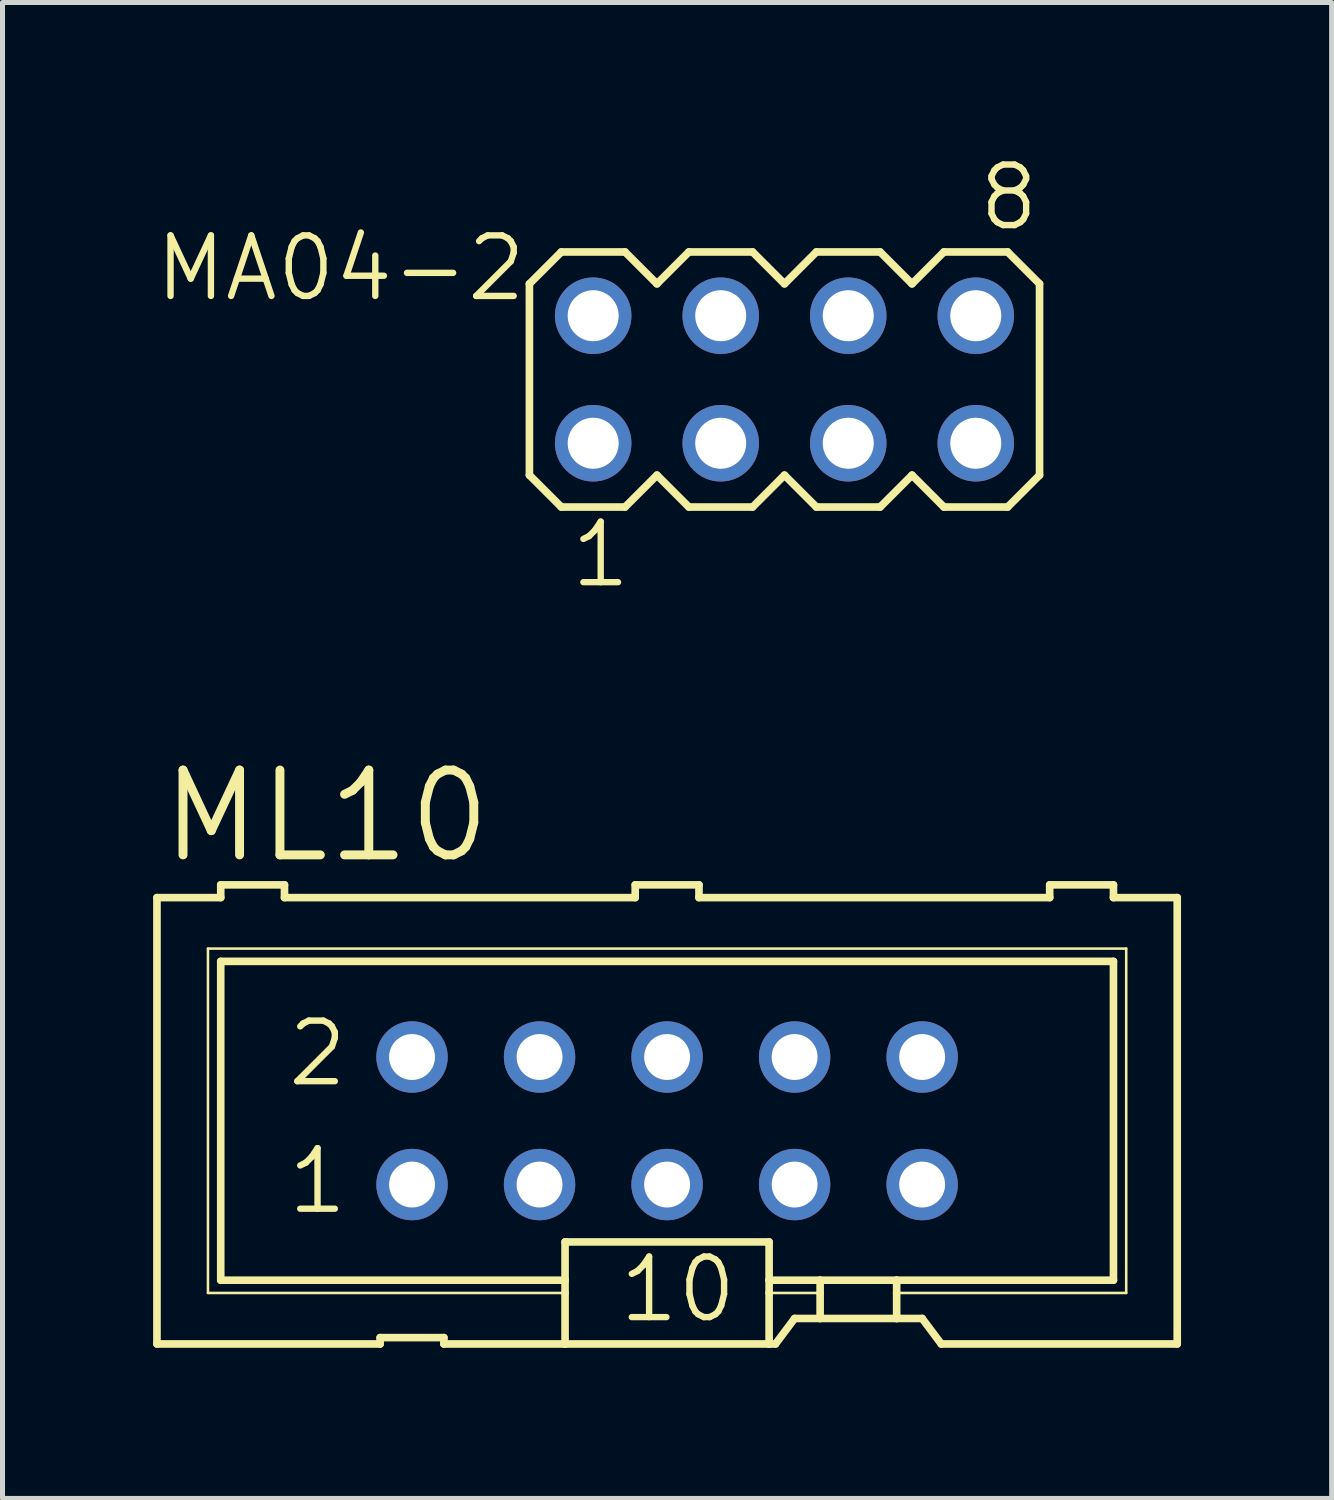
<source format=kicad_pcb>
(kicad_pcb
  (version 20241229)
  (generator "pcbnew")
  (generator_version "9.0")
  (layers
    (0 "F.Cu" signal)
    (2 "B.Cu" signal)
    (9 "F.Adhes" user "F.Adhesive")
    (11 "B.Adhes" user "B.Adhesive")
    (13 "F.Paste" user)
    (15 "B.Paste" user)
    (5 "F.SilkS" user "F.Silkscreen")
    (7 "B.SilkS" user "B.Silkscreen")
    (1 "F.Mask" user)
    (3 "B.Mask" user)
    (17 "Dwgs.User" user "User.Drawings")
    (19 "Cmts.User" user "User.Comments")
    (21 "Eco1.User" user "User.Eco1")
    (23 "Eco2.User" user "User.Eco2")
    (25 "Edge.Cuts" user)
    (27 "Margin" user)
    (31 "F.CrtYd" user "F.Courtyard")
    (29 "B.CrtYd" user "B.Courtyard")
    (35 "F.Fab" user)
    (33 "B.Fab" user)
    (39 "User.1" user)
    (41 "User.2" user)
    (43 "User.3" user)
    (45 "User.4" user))
  (footprint "ML10"
    (layer "F.Cu")
    (at 10.236 19.272)
    (property "Reference" "ML10" (at -10.16 -5.08 0) (layer "F.SilkS") (effects (font (size 1.689 1.689) (thickness 0.178)) (justify left bottom)))
    (attr through_hole)
    (fp_line (start -10.16 -4.445) (end -10.16 4.445) (stroke (width 0.152) (type solid)) (layer "F.SilkS"))
    (fp_line (start -10.16 -4.445) (end -8.89 -4.445) (stroke (width 0.152) (type solid)) (layer "F.SilkS"))
    (fp_line (start -9.144 -3.429) (end -9.144 3.429) (stroke (width 0.051) (type solid)) (layer "F.SilkS"))
    (fp_line (start -9.144 3.429) (end -2.032 3.429) (stroke (width 0.051) (type solid)) (layer "F.SilkS"))
    (fp_line (start -8.89 -4.699) (end -8.89 -4.445) (stroke (width 0.152) (type solid)) (layer "F.SilkS"))
    (fp_line (start -8.89 -3.175) (end -8.89 3.175) (stroke (width 0.152) (type solid)) (layer "F.SilkS"))
    (fp_line (start -8.89 -3.175) (end 8.89 -3.175) (stroke (width 0.152) (type solid)) (layer "F.SilkS"))
    (fp_line (start -7.62 -4.699) (end -8.89 -4.699) (stroke (width 0.152) (type solid)) (layer "F.SilkS"))
    (fp_line (start -7.62 -4.699) (end -7.62 -4.445) (stroke (width 0.152) (type solid)) (layer "F.SilkS"))
    (fp_line (start -7.62 -4.445) (end -0.635 -4.445) (stroke (width 0.152) (type solid)) (layer "F.SilkS"))
    (fp_line (start -5.715 4.445) (end -10.16 4.445) (stroke (width 0.152) (type solid)) (layer "F.SilkS"))
    (fp_line (start -5.715 4.445) (end -5.715 4.318) (stroke (width 0.152) (type solid)) (layer "F.SilkS"))
    (fp_line (start -4.445 4.318) (end -5.715 4.318) (stroke (width 0.152) (type solid)) (layer "F.SilkS"))
    (fp_line (start -4.445 4.318) (end -4.445 4.445) (stroke (width 0.152) (type solid)) (layer "F.SilkS"))
    (fp_line (start -2.032 3.175) (end -8.89 3.175) (stroke (width 0.152) (type solid)) (layer "F.SilkS"))
    (fp_line (start -2.032 3.175) (end -2.032 2.413) (stroke (width 0.152) (type solid)) (layer "F.SilkS"))
    (fp_line (start -2.032 3.175) (end -2.032 3.429) (stroke (width 0.152) (type solid)) (layer "F.SilkS"))
    (fp_line (start -2.032 3.429) (end -2.032 4.445) (stroke (width 0.152) (type solid)) (layer "F.SilkS"))
    (fp_line (start -2.032 4.445) (end -4.445 4.445) (stroke (width 0.152) (type solid)) (layer "F.SilkS"))
    (fp_line (start -0.635 -4.699) (end -0.635 -4.445) (stroke (width 0.152) (type solid)) (layer "F.SilkS"))
    (fp_line (start 0.635 -4.699) (end -0.635 -4.699) (stroke (width 0.152) (type solid)) (layer "F.SilkS"))
    (fp_line (start 0.635 -4.699) (end 0.635 -4.445) (stroke (width 0.152) (type solid)) (layer "F.SilkS"))
    (fp_line (start 0.635 -4.445) (end 7.62 -4.445) (stroke (width 0.152) (type solid)) (layer "F.SilkS"))
    (fp_line (start 2.032 2.413) (end -2.032 2.413) (stroke (width 0.152) (type solid)) (layer "F.SilkS"))
    (fp_line (start 2.032 2.413) (end 2.032 3.175) (stroke (width 0.152) (type solid)) (layer "F.SilkS"))
    (fp_line (start 2.032 3.175) (end 2.032 3.429) (stroke (width 0.152) (type solid)) (layer "F.SilkS"))
    (fp_line (start 2.032 3.429) (end 2.032 4.445) (stroke (width 0.152) (type solid)) (layer "F.SilkS"))
    (fp_line (start 2.032 4.445) (end -2.032 4.445) (stroke (width 0.152) (type solid)) (layer "F.SilkS"))
    (fp_line (start 2.159 4.445) (end 2.032 4.445) (stroke (width 0.152) (type solid)) (layer "F.SilkS"))
    (fp_line (start 2.159 4.445) (end 2.54 3.937) (stroke (width 0.152) (type solid)) (layer "F.SilkS"))
    (fp_line (start 3.048 3.175) (end 2.032 3.175) (stroke (width 0.152) (type solid)) (layer "F.SilkS"))
    (fp_line (start 3.048 3.175) (end 3.048 3.429) (stroke (width 0.152) (type solid)) (layer "F.SilkS"))
    (fp_line (start 3.048 3.429) (end 2.032 3.429) (stroke (width 0.051) (type solid)) (layer "F.SilkS"))
    (fp_line (start 3.048 3.429) (end 3.048 3.937) (stroke (width 0.152) (type solid)) (layer "F.SilkS"))
    (fp_line (start 3.048 3.937) (end 2.54 3.937) (stroke (width 0.152) (type solid)) (layer "F.SilkS"))
    (fp_line (start 4.572 3.175) (end 3.048 3.175) (stroke (width 0.152) (type solid)) (layer "F.SilkS"))
    (fp_line (start 4.572 3.175) (end 4.572 3.429) (stroke (width 0.152) (type solid)) (layer "F.SilkS"))
    (fp_line (start 4.572 3.429) (end 4.572 3.937) (stroke (width 0.152) (type solid)) (layer "F.SilkS"))
    (fp_line (start 4.572 3.429) (end 9.144 3.429) (stroke (width 0.051) (type solid)) (layer "F.SilkS"))
    (fp_line (start 4.572 3.937) (end 3.048 3.937) (stroke (width 0.152) (type solid)) (layer "F.SilkS"))
    (fp_line (start 5.08 3.937) (end 4.572 3.937) (stroke (width 0.152) (type solid)) (layer "F.SilkS"))
    (fp_line (start 5.08 3.937) (end 5.461 4.445) (stroke (width 0.152) (type solid)) (layer "F.SilkS"))
    (fp_line (start 7.62 -4.445) (end 7.62 -4.699) (stroke (width 0.152) (type solid)) (layer "F.SilkS"))
    (fp_line (start 8.89 -4.699) (end 7.62 -4.699) (stroke (width 0.152) (type solid)) (layer "F.SilkS"))
    (fp_line (start 8.89 -4.445) (end 8.89 -4.699) (stroke (width 0.152) (type solid)) (layer "F.SilkS"))
    (fp_line (start 8.89 -4.445) (end 10.16 -4.445) (stroke (width 0.152) (type solid)) (layer "F.SilkS"))
    (fp_line (start 8.89 3.175) (end 4.572 3.175) (stroke (width 0.152) (type solid)) (layer "F.SilkS"))
    (fp_line (start 8.89 3.175) (end 8.89 -3.175) (stroke (width 0.152) (type solid)) (layer "F.SilkS"))
    (fp_line (start 9.144 -3.429) (end -9.144 -3.429) (stroke (width 0.051) (type solid)) (layer "F.SilkS"))
    (fp_line (start 9.144 3.429) (end 9.144 -3.429) (stroke (width 0.051) (type solid)) (layer "F.SilkS"))
    (fp_line (start 10.16 4.445) (end 5.461 4.445) (stroke (width 0.152) (type solid)) (layer "F.SilkS"))
    (fp_line (start 10.16 4.445) (end 10.16 -4.445) (stroke (width 0.152) (type solid)) (layer "F.SilkS"))
    (fp_poly (pts (xy -5.334 -1.016) (xy -4.826 -1.016) (xy -4.826 -1.524) (xy -5.334 -1.524)) (stroke (width 0.1) (type solid)) (fill no) (layer "F.Fab"))
    (fp_poly (pts (xy -5.334 1.524) (xy -4.826 1.524) (xy -4.826 1.016) (xy -5.334 1.016)) (stroke (width 0.1) (type solid)) (fill no) (layer "F.Fab"))
    (fp_poly (pts (xy -2.794 -1.016) (xy -2.286 -1.016) (xy -2.286 -1.524) (xy -2.794 -1.524)) (stroke (width 0.1) (type solid)) (fill no) (layer "F.Fab"))
    (fp_poly (pts (xy -2.794 1.524) (xy -2.286 1.524) (xy -2.286 1.016) (xy -2.794 1.016)) (stroke (width 0.1) (type solid)) (fill no) (layer "F.Fab"))
    (fp_poly (pts (xy -0.254 -1.016) (xy 0.254 -1.016) (xy 0.254 -1.524) (xy -0.254 -1.524)) (stroke (width 0.1) (type solid)) (fill no) (layer "F.Fab"))
    (fp_poly (pts (xy -0.254 1.524) (xy 0.254 1.524) (xy 0.254 1.016) (xy -0.254 1.016)) (stroke (width 0.1) (type solid)) (fill no) (layer "F.Fab"))
    (fp_poly (pts (xy 2.286 -1.016) (xy 2.794 -1.016) (xy 2.794 -1.524) (xy 2.286 -1.524)) (stroke (width 0.1) (type solid)) (fill no) (layer "F.Fab"))
    (fp_poly (pts (xy 2.286 1.524) (xy 2.794 1.524) (xy 2.794 1.016) (xy 2.286 1.016)) (stroke (width 0.1) (type solid)) (fill no) (layer "F.Fab"))
    (fp_poly (pts (xy 4.826 -1.016) (xy 5.334 -1.016) (xy 5.334 -1.524) (xy 4.826 -1.524)) (stroke (width 0.1) (type solid)) (fill no) (layer "F.Fab"))
    (fp_poly (pts (xy 4.826 1.524) (xy 5.334 1.524) (xy 5.334 1.016) (xy 4.826 1.016)) (stroke (width 0.1) (type solid)) (fill no) (layer "F.Fab"))
    (fp_text user "1" (at -7.62 1.905 0) (layer "F.SilkS") (effects (font (size 1.206 1.206) (thickness 0.127)) (justify left bottom)))
    (fp_text user "10" (at -1.016 4.064 0) (layer "F.SilkS") (effects (font (size 1.206 1.206) (thickness 0.127)) (justify left bottom)))
    (fp_text user "2" (at -7.62 -0.635 0) (layer "F.SilkS") (effects (font (size 1.206 1.206) (thickness 0.127)) (justify left bottom)))
    (pad "1" thru_hole circle (at -5.08 1.27) (size 1.422 1.422) (drill 0.914) (layers "*.Cu" "*.Mask"))
    (pad "2" thru_hole circle (at -5.08 -1.27) (size 1.422 1.422) (drill 0.914) (layers "*.Cu" "*.Mask"))
    (pad "3" thru_hole circle (at -2.54 1.27) (size 1.422 1.422) (drill 0.914) (layers "*.Cu" "*.Mask"))
    (pad "4" thru_hole circle (at -2.54 -1.27) (size 1.422 1.422) (drill 0.914) (layers "*.Cu" "*.Mask"))
    (pad "5" thru_hole circle (at 0 1.27) (size 1.422 1.422) (drill 0.914) (layers "*.Cu" "*.Mask"))
    (pad "6" thru_hole circle (at 0 -1.27) (size 1.422 1.422) (drill 0.914) (layers "*.Cu" "*.Mask"))
    (pad "7" thru_hole circle (at 2.54 1.27) (size 1.422 1.422) (drill 0.914) (layers "*.Cu" "*.Mask"))
    (pad "8" thru_hole circle (at 2.54 -1.27) (size 1.422 1.422) (drill 0.914) (layers "*.Cu" "*.Mask"))
    (pad "9" thru_hole circle (at 5.08 1.27) (size 1.422 1.422) (drill 0.914) (layers "*.Cu" "*.Mask"))
    (pad "10" thru_hole circle (at 5.08 -1.27) (size 1.422 1.422) (drill 0.914) (layers "*.Cu" "*.Mask")))
  (footprint "MA04-2"
    (layer "F.Cu")
    (at 12.574 4.508)
    (property "Reference" "MA04-2" (at -5.08 -2.921 0) (layer "F.SilkS") (effects (font (size 1.206 1.206) (thickness 0.127)) (justify right top)))
    (attr through_hole)
    (fp_line (start -5.08 -1.905) (end -5.08 1.905) (stroke (width 0.152) (type solid)) (layer "F.SilkS"))
    (fp_line (start -5.08 1.905) (end -4.445 2.54) (stroke (width 0.152) (type solid)) (layer "F.SilkS"))
    (fp_line (start -4.445 -2.54) (end -5.08 -1.905) (stroke (width 0.152) (type solid)) (layer "F.SilkS"))
    (fp_line (start -4.445 -2.54) (end -3.175 -2.54) (stroke (width 0.152) (type solid)) (layer "F.SilkS"))
    (fp_line (start -3.175 -2.54) (end -2.54 -1.905) (stroke (width 0.152) (type solid)) (layer "F.SilkS"))
    (fp_line (start -3.175 2.54) (end -4.445 2.54) (stroke (width 0.152) (type solid)) (layer "F.SilkS"))
    (fp_line (start -2.54 -1.905) (end -1.905 -2.54) (stroke (width 0.152) (type solid)) (layer "F.SilkS"))
    (fp_line (start -2.54 1.905) (end -3.175 2.54) (stroke (width 0.152) (type solid)) (layer "F.SilkS"))
    (fp_line (start -1.905 -2.54) (end -0.635 -2.54) (stroke (width 0.152) (type solid)) (layer "F.SilkS"))
    (fp_line (start -1.905 2.54) (end -2.54 1.905) (stroke (width 0.152) (type solid)) (layer "F.SilkS"))
    (fp_line (start -0.635 -2.54) (end 0 -1.905) (stroke (width 0.152) (type solid)) (layer "F.SilkS"))
    (fp_line (start -0.635 2.54) (end -1.905 2.54) (stroke (width 0.152) (type solid)) (layer "F.SilkS"))
    (fp_line (start 0 -1.905) (end 0.635 -2.54) (stroke (width 0.152) (type solid)) (layer "F.SilkS"))
    (fp_line (start 0 1.905) (end -0.635 2.54) (stroke (width 0.152) (type solid)) (layer "F.SilkS"))
    (fp_line (start 0.635 -2.54) (end 1.905 -2.54) (stroke (width 0.152) (type solid)) (layer "F.SilkS"))
    (fp_line (start 0.635 2.54) (end 0 1.905) (stroke (width 0.152) (type solid)) (layer "F.SilkS"))
    (fp_line (start 1.905 -2.54) (end 2.54 -1.905) (stroke (width 0.152) (type solid)) (layer "F.SilkS"))
    (fp_line (start 1.905 2.54) (end 0.635 2.54) (stroke (width 0.152) (type solid)) (layer "F.SilkS"))
    (fp_line (start 2.54 1.905) (end 1.905 2.54) (stroke (width 0.152) (type solid)) (layer "F.SilkS"))
    (fp_line (start 2.54 1.905) (end 3.175 2.54) (stroke (width 0.152) (type solid)) (layer "F.SilkS"))
    (fp_line (start 3.175 -2.54) (end 2.54 -1.905) (stroke (width 0.152) (type solid)) (layer "F.SilkS"))
    (fp_line (start 3.175 -2.54) (end 4.445 -2.54) (stroke (width 0.152) (type solid)) (layer "F.SilkS"))
    (fp_line (start 4.445 -2.54) (end 5.08 -1.905) (stroke (width 0.152) (type solid)) (layer "F.SilkS"))
    (fp_line (start 4.445 2.54) (end 3.175 2.54) (stroke (width 0.152) (type solid)) (layer "F.SilkS"))
    (fp_line (start 5.08 -1.905) (end 5.08 1.905) (stroke (width 0.152) (type solid)) (layer "F.SilkS"))
    (fp_line (start 5.08 1.905) (end 4.445 2.54) (stroke (width 0.152) (type solid)) (layer "F.SilkS"))
    (fp_poly (pts (xy -4.064 -1.016) (xy -3.556 -1.016) (xy -3.556 -1.524) (xy -4.064 -1.524)) (stroke (width 0.1) (type solid)) (fill no) (layer "F.Fab"))
    (fp_poly (pts (xy -4.064 1.524) (xy -3.556 1.524) (xy -3.556 1.016) (xy -4.064 1.016)) (stroke (width 0.1) (type solid)) (fill no) (layer "F.Fab"))
    (fp_poly (pts (xy -1.524 -1.016) (xy -1.016 -1.016) (xy -1.016 -1.524) (xy -1.524 -1.524)) (stroke (width 0.1) (type solid)) (fill no) (layer "F.Fab"))
    (fp_poly (pts (xy -1.524 1.524) (xy -1.016 1.524) (xy -1.016 1.016) (xy -1.524 1.016)) (stroke (width 0.1) (type solid)) (fill no) (layer "F.Fab"))
    (fp_poly (pts (xy 1.016 -1.016) (xy 1.524 -1.016) (xy 1.524 -1.524) (xy 1.016 -1.524)) (stroke (width 0.1) (type solid)) (fill no) (layer "F.Fab"))
    (fp_poly (pts (xy 1.016 1.524) (xy 1.524 1.524) (xy 1.524 1.016) (xy 1.016 1.016)) (stroke (width 0.1) (type solid)) (fill no) (layer "F.Fab"))
    (fp_poly (pts (xy 3.556 -1.016) (xy 4.064 -1.016) (xy 4.064 -1.524) (xy 3.556 -1.524)) (stroke (width 0.1) (type solid)) (fill no) (layer "F.Fab"))
    (fp_poly (pts (xy 3.556 1.524) (xy 4.064 1.524) (xy 4.064 1.016) (xy 3.556 1.016)) (stroke (width 0.1) (type solid)) (fill no) (layer "F.Fab"))
    (fp_text user "1" (at -4.318 4.191 0) (layer "F.SilkS") (effects (font (size 1.206 1.206) (thickness 0.127)) (justify left bottom)))
    (fp_text user "8" (at 3.81 -2.921 0) (layer "F.SilkS") (effects (font (size 1.206 1.206) (thickness 0.127)) (justify left bottom)))
    (pad "1" thru_hole circle (at -3.81 1.27) (size 1.524 1.524) (drill 1.016) (layers "*.Cu" "*.Mask"))
    (pad "2" thru_hole circle (at -3.81 -1.27) (size 1.524 1.524) (drill 1.016) (layers "*.Cu" "*.Mask"))
    (pad "3" thru_hole circle (at -1.27 1.27) (size 1.524 1.524) (drill 1.016) (layers "*.Cu" "*.Mask"))
    (pad "4" thru_hole circle (at -1.27 -1.27) (size 1.524 1.524) (drill 1.016) (layers "*.Cu" "*.Mask"))
    (pad "5" thru_hole circle (at 1.27 1.27) (size 1.524 1.524) (drill 1.016) (layers "*.Cu" "*.Mask"))
    (pad "6" thru_hole circle (at 1.27 -1.27) (size 1.524 1.524) (drill 1.016) (layers "*.Cu" "*.Mask"))
    (pad "7" thru_hole circle (at 3.81 1.27) (size 1.524 1.524) (drill 1.016) (layers "*.Cu" "*.Mask"))
    (pad "8" thru_hole circle (at 3.81 -1.27) (size 1.524 1.524) (drill 1.016) (layers "*.Cu" "*.Mask")))
  (gr_rect
    (start -3 -3)
    (end 23.472 26.793)
    (stroke (width 0.1) (type default))
    (fill no)
    (layer "Edge.Cuts")))
</source>
